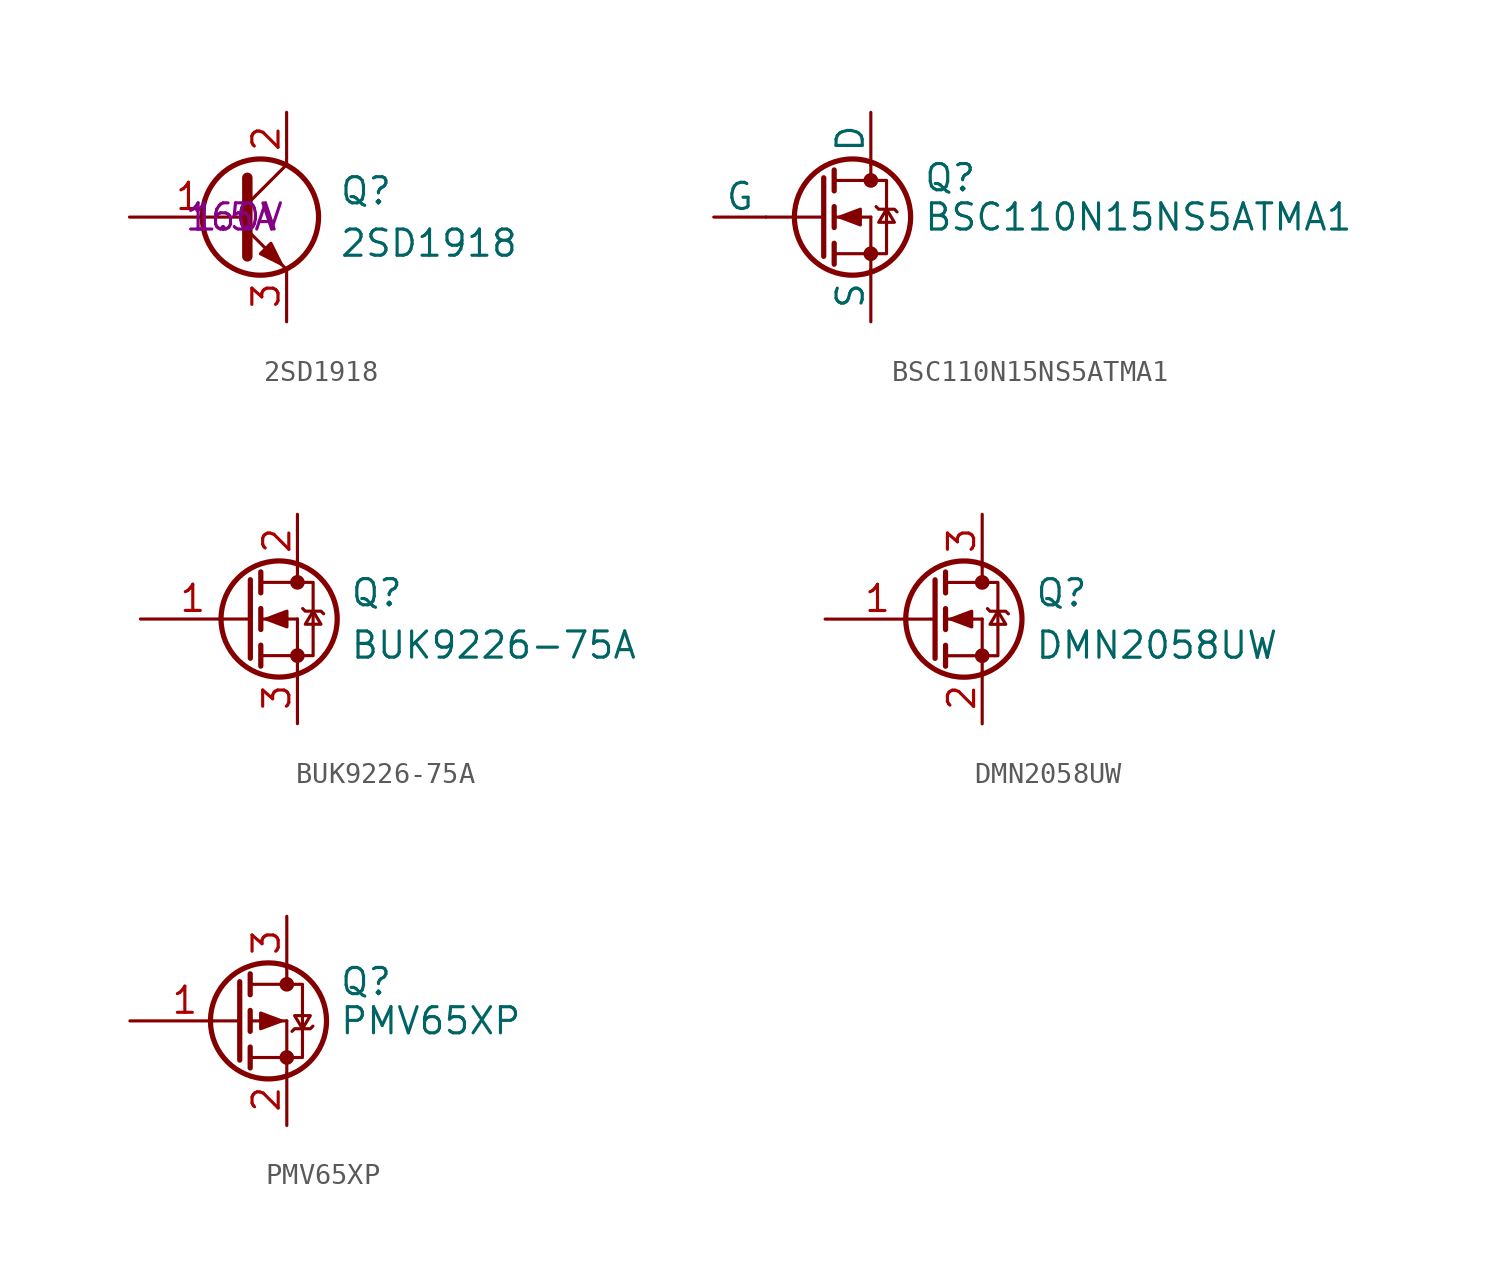
<source format=kicad_sym>
(kicad_symbol_lib
  (version 20211014)
  (generator kicad_symbol_editor)
  (symbol "2SD1918"
    (pin_names
      (offset 0) hide)
    (property "Reference" "Q"
      (at 5.08 1.27 0)
      (effects (font (size 1.27 1.27)) (justify left)))
    (property "Value" "2SD1918"
      (at 5.08 -1.27 0)
      (effects (font (size 1.27 1.27)) (justify left)))
    (property "Vceo" "160V"
      (at 0 0 0)
      (effects (font (size 1.27 1.27))))
    (property "Ic" "1.5A"
      (at 0 0 0)
      (effects (font (size 1.27 1.27))))
    (symbol "2SD1918_0_1"
      (polyline (pts (xy 0.635 0.635) (xy 2.54 2.54)) (stroke (width 0) (type default) (color 0 0 0 0)) (fill (type none)))
      (polyline (pts (xy 0.635 -0.635) (xy 2.54 -2.54) (xy 2.54 -2.54)) (stroke (width 0) (type default) (color 0 0 0 0)) (fill (type none)))
      (polyline (pts (xy 0.635 1.905) (xy 0.635 -1.905) (xy 0.635 -1.905)) (stroke (width 0.508) (type default) (color 0 0 0 0)) (fill (type none)))
      (polyline (pts (xy 1.27 -1.778) (xy 1.778 -1.27) (xy 2.286 -2.286) (xy 1.27 -1.778) (xy 1.27 -1.778)) (stroke (width 0) (type default) (color 0 0 0 0)) (fill (type outline)))
      (circle (center 1.27 0) (radius 2.819) (stroke (width 0.254) (type default) (color 0 0 0 0)) (fill (type none))))
    (symbol "2SD1918_1_1"
      (pin input line (at -5.08 0 0) (length 5.715) (name "B" (effects (font (size 1.27 1.27)))) (number "1" (effects (font (size 1.27 1.27)))))
      (pin passive line (at 2.54 5.08 270) (length 2.54) (name "C" (effects (font (size 1.27 1.27)))) (number "2" (effects (font (size 1.27 1.27)))))
      (pin passive line (at 2.54 -5.08 90) (length 2.54) (name "E" (effects (font (size 1.27 1.27)))) (number "3" (effects (font (size 1.27 1.27)))))))
  (symbol "BSC110N15NS5ATMA1"
    (pin_numbers hide)
    (pin_names
      (offset 0))
    (property "Reference" "Q"
      (at 5.08 1.905 0)
      (effects (font (size 1.27 1.27)) (justify left)))
    (property "Value" "BSC110N15NS5ATMA1"
      (at 5.08 0 0)
      (effects (font (size 1.27 1.27)) (justify left)))
    (symbol "BSC110N15NS5ATMA1_0_1"
      (polyline (pts (xy -2.54 0) (xy 0.254 0)) (stroke (width 0) (type default) (color 0 0 0 0)) (fill (type none)))
      (polyline (pts (xy 0.762 -1.778) (xy 2.54 -1.778)) (stroke (width 0) (type default) (color 0 0 0 0)) (fill (type none)))
      (polyline (pts (xy 0.762 -1.27) (xy 0.762 -2.286)) (stroke (width 0.254) (type default) (color 0 0 0 0)) (fill (type none)))
      (polyline (pts (xy 0.762 0) (xy 2.54 0)) (stroke (width 0) (type default) (color 0 0 0 0)) (fill (type none)))
      (polyline (pts (xy 0.762 0.508) (xy 0.762 -0.508)) (stroke (width 0.254) (type default) (color 0 0 0 0)) (fill (type none)))
      (polyline (pts (xy 0.762 1.778) (xy 2.54 1.778)) (stroke (width 0) (type default) (color 0 0 0 0)) (fill (type none)))
      (polyline (pts (xy 0.762 2.286) (xy 0.762 1.27)) (stroke (width 0.254) (type default) (color 0 0 0 0)) (fill (type none)))
      (polyline (pts (xy 2.54 -1.778) (xy 2.54 -2.54)) (stroke (width 0) (type default) (color 0 0 0 0)) (fill (type none)))
      (polyline (pts (xy 2.54 -1.778) (xy 2.54 0)) (stroke (width 0) (type default) (color 0 0 0 0)) (fill (type none)))
      (polyline (pts (xy 2.54 2.54) (xy 2.54 1.778)) (stroke (width 0) (type default) (color 0 0 0 0)) (fill (type none)))
      (polyline (pts (xy 0.254 1.905) (xy 0.254 -1.905) (xy 0.254 -1.905)) (stroke (width 0.254) (type default) (color 0 0 0 0)) (fill (type none)))
      (polyline (pts (xy 1.016 0) (xy 2.032 0.381) (xy 2.032 -0.381) (xy 1.016 0)) (stroke (width 0) (type default) (color 0 0 0 0)) (fill (type outline)))
      (polyline (pts (xy 2.54 -1.778) (xy 3.302 -1.778) (xy 3.302 1.778) (xy 2.54 1.778)) (stroke (width 0) (type default) (color 0 0 0 0)) (fill (type none)))
      (polyline (pts (xy 2.794 0.508) (xy 2.921 0.381) (xy 3.683 0.381) (xy 3.81 0.254)) (stroke (width 0) (type default) (color 0 0 0 0)) (fill (type none)))
      (polyline (pts (xy 3.302 0.381) (xy 2.921 -0.254) (xy 3.683 -0.254) (xy 3.302 0.381)) (stroke (width 0) (type default) (color 0 0 0 0)) (fill (type none)))
      (circle (center 1.651 0) (radius 2.819) (stroke (width 0.254) (type default) (color 0 0 0 0)) (fill (type none)))
      (circle (center 2.54 -1.778) (radius 0.279) (stroke (width 0) (type default) (color 0 0 0 0)) (fill (type outline)))
      (circle (center 2.54 1.778) (radius 0.279) (stroke (width 0) (type default) (color 0 0 0 0)) (fill (type outline))))
    (symbol "BSC110N15NS5ATMA1_1_1"
      (pin passive line (at 2.54 -5.08 90) (length 2.54) hide (name "S" (effects (font (size 1.27 1.27)))) (number "1" (effects (font (size 1.27 1.27)))))
      (pin passive line (at 2.54 -5.08 90) (length 2.54) hide (name "S" (effects (font (size 1.27 1.27)))) (number "2" (effects (font (size 1.27 1.27)))))
      (pin passive line (at 2.54 -5.08 90) (length 2.54) (name "S" (effects (font (size 1.27 1.27)))) (number "3" (effects (font (size 1.27 1.27)))))
      (pin input line (at -5.08 0 0) (length 2.54) (name "G" (effects (font (size 1.27 1.27)))) (number "4" (effects (font (size 1.27 1.27)))))
      (pin passive line (at 2.54 5.08 270) (length 2.54) (name "D" (effects (font (size 1.27 1.27)))) (number "5" (effects (font (size 1.27 1.27)))))))
  (symbol "BUK9226-75A"
    (pin_names
      (offset 0) hide)
    (property "Reference" "Q"
      (at 5.08 1.27 0)
      (effects (font (size 1.27 1.27)) (justify left)))
    (property "Value" "BUK9226-75A"
      (at 5.08 -1.27 0)
      (effects (font (size 1.27 1.27)) (justify left)))
    (symbol "BUK9226-75A_0_1"
      (polyline (pts (xy 0.051 0) (xy 0.254 0)) (stroke (width 0) (type default) (color 0 0 0 0)) (fill (type none)))
      (polyline (pts (xy 0.762 -1.778) (xy 2.54 -1.778)) (stroke (width 0) (type default) (color 0 0 0 0)) (fill (type none)))
      (polyline (pts (xy 0.762 -1.27) (xy 0.762 -2.286)) (stroke (width 0.254) (type default) (color 0 0 0 0)) (fill (type none)))
      (polyline (pts (xy 0.762 0) (xy 2.54 0)) (stroke (width 0) (type default) (color 0 0 0 0)) (fill (type none)))
      (polyline (pts (xy 0.762 0.508) (xy 0.762 -0.508)) (stroke (width 0.254) (type default) (color 0 0 0 0)) (fill (type none)))
      (polyline (pts (xy 0.762 1.778) (xy 2.54 1.778)) (stroke (width 0) (type default) (color 0 0 0 0)) (fill (type none)))
      (polyline (pts (xy 0.762 2.286) (xy 0.762 1.27)) (stroke (width 0.254) (type default) (color 0 0 0 0)) (fill (type none)))
      (polyline (pts (xy 2.54 -1.778) (xy 2.54 -2.54)) (stroke (width 0) (type default) (color 0 0 0 0)) (fill (type none)))
      (polyline (pts (xy 2.54 -1.778) (xy 2.54 0)) (stroke (width 0) (type default) (color 0 0 0 0)) (fill (type none)))
      (polyline (pts (xy 2.54 2.54) (xy 2.54 1.778)) (stroke (width 0) (type default) (color 0 0 0 0)) (fill (type none)))
      (polyline (pts (xy 0.254 1.905) (xy 0.254 -1.905) (xy 0.254 -1.905)) (stroke (width 0.254) (type default) (color 0 0 0 0)) (fill (type none)))
      (polyline (pts (xy 1.016 0) (xy 2.032 0.381) (xy 2.032 -0.381) (xy 1.016 0)) (stroke (width 0) (type default) (color 0 0 0 0)) (fill (type outline)))
      (polyline (pts (xy 2.54 -1.778) (xy 3.302 -1.778) (xy 3.302 1.778) (xy 2.54 1.778)) (stroke (width 0) (type default) (color 0 0 0 0)) (fill (type none)))
      (polyline (pts (xy 2.794 0.508) (xy 2.921 0.381) (xy 3.683 0.381) (xy 3.81 0.254)) (stroke (width 0) (type default) (color 0 0 0 0)) (fill (type none)))
      (polyline (pts (xy 3.302 0.381) (xy 2.921 -0.254) (xy 3.683 -0.254) (xy 3.302 0.381)) (stroke (width 0) (type default) (color 0 0 0 0)) (fill (type none)))
      (circle (center 1.651 0) (radius 2.819) (stroke (width 0.254) (type default) (color 0 0 0 0)) (fill (type none)))
      (circle (center 2.54 -1.778) (radius 0.279) (stroke (width 0) (type default) (color 0 0 0 0)) (fill (type outline)))
      (circle (center 2.54 1.778) (radius 0.279) (stroke (width 0) (type default) (color 0 0 0 0)) (fill (type outline))))
    (symbol "BUK9226-75A_1_1"
      (pin input line (at -5.08 0 0) (length 5.08) (name "G" (effects (font (size 1.27 1.27)))) (number "1" (effects (font (size 1.27 1.27)))))
      (pin passive line (at 2.54 5.08 270) (length 2.54) (name "D" (effects (font (size 1.27 1.27)))) (number "2" (effects (font (size 1.27 1.27)))))
      (pin passive line (at 2.54 -5.08 90) (length 2.54) (name "S" (effects (font (size 1.27 1.27)))) (number "3" (effects (font (size 1.27 1.27)))))))
  (symbol "DMN2058UW"
    (pin_names
      (offset 0) hide)
    (property "Reference" "Q"
      (at 5.08 1.27 0)
      (effects (font (size 1.27 1.27)) (justify left)))
    (property "Value" "DMN2058UW"
      (at 5.08 -1.27 0)
      (effects (font (size 1.27 1.27)) (justify left)))
    (symbol "DMN2058UW_0_1"
      (polyline (pts (xy 0.051 0) (xy 0.254 0)) (stroke (width 0) (type default) (color 0 0 0 0)) (fill (type none)))
      (polyline (pts (xy 0.762 -1.778) (xy 2.54 -1.778)) (stroke (width 0) (type default) (color 0 0 0 0)) (fill (type none)))
      (polyline (pts (xy 0.762 -1.27) (xy 0.762 -2.286)) (stroke (width 0.254) (type default) (color 0 0 0 0)) (fill (type none)))
      (polyline (pts (xy 0.762 0) (xy 2.54 0)) (stroke (width 0) (type default) (color 0 0 0 0)) (fill (type none)))
      (polyline (pts (xy 0.762 0.508) (xy 0.762 -0.508)) (stroke (width 0.254) (type default) (color 0 0 0 0)) (fill (type none)))
      (polyline (pts (xy 0.762 1.778) (xy 2.54 1.778)) (stroke (width 0) (type default) (color 0 0 0 0)) (fill (type none)))
      (polyline (pts (xy 0.762 2.286) (xy 0.762 1.27)) (stroke (width 0.254) (type default) (color 0 0 0 0)) (fill (type none)))
      (polyline (pts (xy 2.54 -1.778) (xy 2.54 -2.54)) (stroke (width 0) (type default) (color 0 0 0 0)) (fill (type none)))
      (polyline (pts (xy 2.54 -1.778) (xy 2.54 0)) (stroke (width 0) (type default) (color 0 0 0 0)) (fill (type none)))
      (polyline (pts (xy 2.54 2.54) (xy 2.54 1.778)) (stroke (width 0) (type default) (color 0 0 0 0)) (fill (type none)))
      (polyline (pts (xy 0.254 1.905) (xy 0.254 -1.905) (xy 0.254 -1.905)) (stroke (width 0.254) (type default) (color 0 0 0 0)) (fill (type none)))
      (polyline (pts (xy 1.016 0) (xy 2.032 0.381) (xy 2.032 -0.381) (xy 1.016 0)) (stroke (width 0) (type default) (color 0 0 0 0)) (fill (type outline)))
      (polyline (pts (xy 2.54 -1.778) (xy 3.302 -1.778) (xy 3.302 1.778) (xy 2.54 1.778)) (stroke (width 0) (type default) (color 0 0 0 0)) (fill (type none)))
      (polyline (pts (xy 2.794 0.508) (xy 2.921 0.381) (xy 3.683 0.381) (xy 3.81 0.254)) (stroke (width 0) (type default) (color 0 0 0 0)) (fill (type none)))
      (polyline (pts (xy 3.302 0.381) (xy 2.921 -0.254) (xy 3.683 -0.254) (xy 3.302 0.381)) (stroke (width 0) (type default) (color 0 0 0 0)) (fill (type none)))
      (circle (center 1.651 0) (radius 2.819) (stroke (width 0.254) (type default) (color 0 0 0 0)) (fill (type none)))
      (circle (center 2.54 -1.778) (radius 0.279) (stroke (width 0) (type default) (color 0 0 0 0)) (fill (type outline)))
      (circle (center 2.54 1.778) (radius 0.279) (stroke (width 0) (type default) (color 0 0 0 0)) (fill (type outline))))
    (symbol "DMN2058UW_1_1"
      (pin input line (at -5.08 0 0) (length 5.08) (name "G" (effects (font (size 1.27 1.27)))) (number "1" (effects (font (size 1.27 1.27)))))
      (pin passive line (at 2.54 -5.08 90) (length 2.54) (name "S" (effects (font (size 1.27 1.27)))) (number "2" (effects (font (size 1.27 1.27)))))
      (pin passive line (at 2.54 5.08 270) (length 2.54) (name "D" (effects (font (size 1.27 1.27)))) (number "3" (effects (font (size 1.27 1.27)))))))
  (symbol "PMV65XP"
    (pin_names
      (offset 0) hide)
    (property "Reference" "Q"
      (at 5.08 1.905 0)
      (effects (font (size 1.27 1.27)) (justify left)))
    (property "Value" "PMV65XP"
      (at 5.08 0 0)
      (effects (font (size 1.27 1.27)) (justify left)))
    (symbol "PMV65XP_0_1"
      (polyline (pts (xy 0.762 -1.778) (xy 2.54 -1.778)) (stroke (width 0) (type default) (color 0 0 0 0)) (fill (type none)))
      (polyline (pts (xy 0.762 -1.27) (xy 0.762 -2.286)) (stroke (width 0.254) (type default) (color 0 0 0 0)) (fill (type none)))
      (polyline (pts (xy 0.762 0) (xy 2.54 0)) (stroke (width 0) (type default) (color 0 0 0 0)) (fill (type none)))
      (polyline (pts (xy 0.762 0.508) (xy 0.762 -0.508)) (stroke (width 0.254) (type default) (color 0 0 0 0)) (fill (type none)))
      (polyline (pts (xy 0.762 1.778) (xy 2.54 1.778)) (stroke (width 0) (type default) (color 0 0 0 0)) (fill (type none)))
      (polyline (pts (xy 0.762 2.286) (xy 0.762 1.27)) (stroke (width 0.254) (type default) (color 0 0 0 0)) (fill (type none)))
      (polyline (pts (xy 2.54 -1.778) (xy 2.54 -2.54)) (stroke (width 0) (type default) (color 0 0 0 0)) (fill (type none)))
      (polyline (pts (xy 2.54 -1.778) (xy 2.54 0)) (stroke (width 0) (type default) (color 0 0 0 0)) (fill (type none)))
      (polyline (pts (xy 2.54 2.54) (xy 2.54 1.778)) (stroke (width 0) (type default) (color 0 0 0 0)) (fill (type none)))
      (polyline (pts (xy 0.254 1.905) (xy 0.254 -1.905) (xy 0.254 -1.905)) (stroke (width 0.254) (type default) (color 0 0 0 0)) (fill (type none)))
      (polyline (pts (xy 2.286 0) (xy 1.27 -0.381) (xy 1.27 0.381) (xy 2.286 0)) (stroke (width 0) (type default) (color 0 0 0 0)) (fill (type outline)))
      (polyline (pts (xy 2.54 -1.778) (xy 3.302 -1.778) (xy 3.302 1.778) (xy 2.54 1.778)) (stroke (width 0) (type default) (color 0 0 0 0)) (fill (type none)))
      (polyline (pts (xy 2.794 -0.508) (xy 2.921 -0.381) (xy 3.683 -0.381) (xy 3.81 -0.254)) (stroke (width 0) (type default) (color 0 0 0 0)) (fill (type none)))
      (polyline (pts (xy 3.302 -0.381) (xy 2.921 0.254) (xy 3.683 0.254) (xy 3.302 -0.381)) (stroke (width 0) (type default) (color 0 0 0 0)) (fill (type none)))
      (circle (center 1.651 0) (radius 2.819) (stroke (width 0.254) (type default) (color 0 0 0 0)) (fill (type none)))
      (circle (center 2.54 -1.778) (radius 0.279) (stroke (width 0) (type default) (color 0 0 0 0)) (fill (type outline)))
      (circle (center 2.54 1.778) (radius 0.279) (stroke (width 0) (type default) (color 0 0 0 0)) (fill (type outline))))
    (symbol "PMV65XP_1_1"
      (pin input line (at -5.08 0 0) (length 5.334) (name "G" (effects (font (size 1.27 1.27)))) (number "1" (effects (font (size 1.27 1.27)))))
      (pin passive line (at 2.54 -5.08 90) (length 2.54) (name "S" (effects (font (size 1.27 1.27)))) (number "2" (effects (font (size 1.27 1.27)))))
      (pin passive line (at 2.54 5.08 270) (length 2.54) (name "D" (effects (font (size 1.27 1.27)))) (number "3" (effects (font (size 1.27 1.27))))))))
</source>
